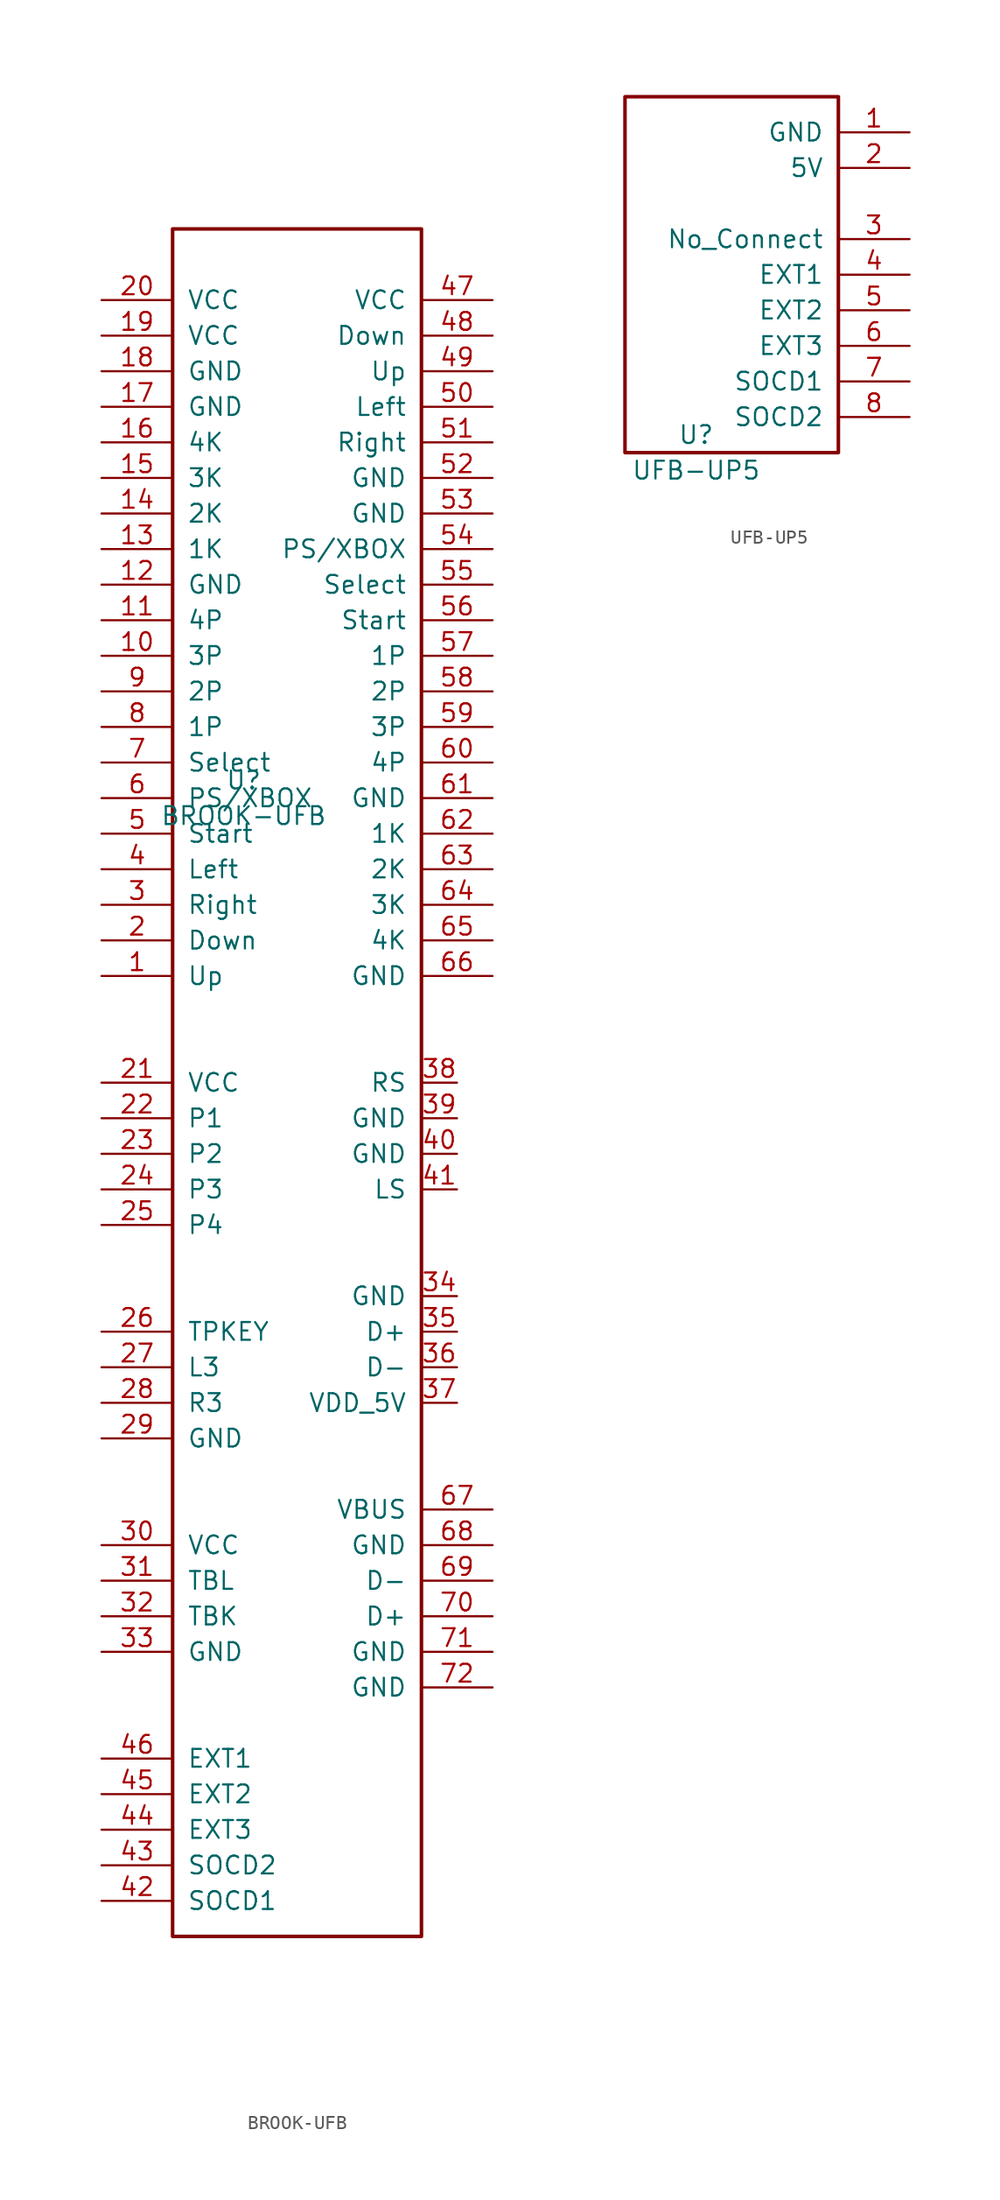
<source format=kicad_sym>
(kicad_symbol_lib
  (version 20211014)
  (generator kicad_symbol_editor)
  (symbol "BROOK-UFB"
    (pin_names
      (offset 1.016))
    (property "Reference" "U"
      (at 0 1.27 0)
      (effects (font (size 1.27 1.27))))
    (property "Value" "BROOK-UFB"
      (at 0 -1.27 0)
      (effects (font (size 1.27 1.27))))
    (symbol "BROOK-UFB_0_0"
      (rectangle (start -5.08 40.64) (end 12.7 -81.28) (stroke (width 0.254) (type default) (color 0 0 0 0)) (fill (type none))))
    (symbol "BROOK-UFB_1_0"
      (pin input line (at -10.16 -12.7 0) (length 5.08) (name "Up" (effects (font (size 1.27 1.27)))) (number "1" (effects (font (size 1.27 1.27)))))
      (pin input line (at -10.16 10.16 0) (length 5.08) (name "3P" (effects (font (size 1.27 1.27)))) (number "10" (effects (font (size 1.27 1.27)))))
      (pin input line (at -10.16 12.7 0) (length 5.08) (name "4P" (effects (font (size 1.27 1.27)))) (number "11" (effects (font (size 1.27 1.27)))))
      (pin input line (at -10.16 15.24 0) (length 5.08) (name "GND" (effects (font (size 1.27 1.27)))) (number "12" (effects (font (size 1.27 1.27)))))
      (pin input line (at -10.16 17.78 0) (length 5.08) (name "1K" (effects (font (size 1.27 1.27)))) (number "13" (effects (font (size 1.27 1.27)))))
      (pin input line (at -10.16 20.32 0) (length 5.08) (name "2K" (effects (font (size 1.27 1.27)))) (number "14" (effects (font (size 1.27 1.27)))))
      (pin input line (at -10.16 22.86 0) (length 5.08) (name "3K" (effects (font (size 1.27 1.27)))) (number "15" (effects (font (size 1.27 1.27)))))
      (pin input line (at -10.16 25.4 0) (length 5.08) (name "4K" (effects (font (size 1.27 1.27)))) (number "16" (effects (font (size 1.27 1.27)))))
      (pin input line (at -10.16 27.94 0) (length 5.08) (name "GND" (effects (font (size 1.27 1.27)))) (number "17" (effects (font (size 1.27 1.27)))))
      (pin input line (at -10.16 30.48 0) (length 5.08) (name "GND" (effects (font (size 1.27 1.27)))) (number "18" (effects (font (size 1.27 1.27)))))
      (pin input line (at -10.16 33.02 0) (length 5.08) (name "VCC" (effects (font (size 1.27 1.27)))) (number "19" (effects (font (size 1.27 1.27)))))
      (pin input line (at -10.16 -10.16 0) (length 5.08) (name "Down" (effects (font (size 1.27 1.27)))) (number "2" (effects (font (size 1.27 1.27)))))
      (pin input line (at -10.16 35.56 0) (length 5.08) (name "VCC" (effects (font (size 1.27 1.27)))) (number "20" (effects (font (size 1.27 1.27)))))
      (pin unspecified line (at -10.16 -20.32 0) (length 5.08) (name "VCC" (effects (font (size 1.27 1.27)))) (number "21" (effects (font (size 1.27 1.27)))))
      (pin unspecified line (at -10.16 -22.86 0) (length 5.08) (name "P1" (effects (font (size 1.27 1.27)))) (number "22" (effects (font (size 1.27 1.27)))))
      (pin unspecified line (at -10.16 -25.4 0) (length 5.08) (name "P2" (effects (font (size 1.27 1.27)))) (number "23" (effects (font (size 1.27 1.27)))))
      (pin unspecified line (at -10.16 -27.94 0) (length 5.08) (name "P3" (effects (font (size 1.27 1.27)))) (number "24" (effects (font (size 1.27 1.27)))))
      (pin unspecified line (at -10.16 -30.48 0) (length 5.08) (name "P4" (effects (font (size 1.27 1.27)))) (number "25" (effects (font (size 1.27 1.27)))))
      (pin unspecified line (at -10.16 -38.1 0) (length 5.08) (name "TPKEY" (effects (font (size 1.27 1.27)))) (number "26" (effects (font (size 1.27 1.27)))))
      (pin unspecified line (at -10.16 -40.64 0) (length 5.08) (name "L3" (effects (font (size 1.27 1.27)))) (number "27" (effects (font (size 1.27 1.27)))))
      (pin unspecified line (at -10.16 -43.18 0) (length 5.08) (name "R3" (effects (font (size 1.27 1.27)))) (number "28" (effects (font (size 1.27 1.27)))))
      (pin unspecified line (at -10.16 -45.72 0) (length 5.08) (name "GND" (effects (font (size 1.27 1.27)))) (number "29" (effects (font (size 1.27 1.27)))))
      (pin input line (at -10.16 -7.62 0) (length 5.08) (name "Right" (effects (font (size 1.27 1.27)))) (number "3" (effects (font (size 1.27 1.27)))))
      (pin unspecified line (at -10.16 -53.34 0) (length 5.08) (name "VCC" (effects (font (size 1.27 1.27)))) (number "30" (effects (font (size 1.27 1.27)))))
      (pin unspecified line (at -10.16 -55.88 0) (length 5.08) (name "TBL" (effects (font (size 1.27 1.27)))) (number "31" (effects (font (size 1.27 1.27)))))
      (pin unspecified line (at -10.16 -58.42 0) (length 5.08) (name "TBK" (effects (font (size 1.27 1.27)))) (number "32" (effects (font (size 1.27 1.27)))))
      (pin unspecified line (at -10.16 -60.96 0) (length 5.08) (name "GND" (effects (font (size 1.27 1.27)))) (number "33" (effects (font (size 1.27 1.27)))))
      (pin unspecified line (at 15.24 -35.56 180) (length 2.54) (name "GND" (effects (font (size 1.27 1.27)))) (number "34" (effects (font (size 1.27 1.27)))))
      (pin unspecified line (at 15.24 -38.1 180) (length 2.54) (name "D+" (effects (font (size 1.27 1.27)))) (number "35" (effects (font (size 1.27 1.27)))))
      (pin unspecified line (at 15.24 -40.64 180) (length 2.54) (name "D-" (effects (font (size 1.27 1.27)))) (number "36" (effects (font (size 1.27 1.27)))))
      (pin unspecified line (at 15.24 -43.18 180) (length 2.54) (name "VDD_5V" (effects (font (size 1.27 1.27)))) (number "37" (effects (font (size 1.27 1.27)))))
      (pin unspecified line (at 15.24 -20.32 180) (length 2.54) (name "RS" (effects (font (size 1.27 1.27)))) (number "38" (effects (font (size 1.27 1.27)))))
      (pin unspecified line (at 15.24 -22.86 180) (length 2.54) (name "GND" (effects (font (size 1.27 1.27)))) (number "39" (effects (font (size 1.27 1.27)))))
      (pin input line (at -10.16 -5.08 0) (length 5.08) (name "Left" (effects (font (size 1.27 1.27)))) (number "4" (effects (font (size 1.27 1.27)))))
      (pin unspecified line (at 15.24 -25.4 180) (length 2.54) (name "GND" (effects (font (size 1.27 1.27)))) (number "40" (effects (font (size 1.27 1.27)))))
      (pin unspecified line (at 15.24 -27.94 180) (length 2.54) (name "LS" (effects (font (size 1.27 1.27)))) (number "41" (effects (font (size 1.27 1.27)))))
      (pin unspecified line (at -10.16 -78.74 0) (length 5.08) (name "SOCD1" (effects (font (size 1.27 1.27)))) (number "42" (effects (font (size 1.27 1.27)))))
      (pin unspecified line (at -10.16 -76.2 0) (length 5.08) (name "SOCD2" (effects (font (size 1.27 1.27)))) (number "43" (effects (font (size 1.27 1.27)))))
      (pin unspecified line (at -10.16 -73.66 0) (length 5.08) (name "EXT3" (effects (font (size 1.27 1.27)))) (number "44" (effects (font (size 1.27 1.27)))))
      (pin unspecified line (at -10.16 -71.12 0) (length 5.08) (name "EXT2" (effects (font (size 1.27 1.27)))) (number "45" (effects (font (size 1.27 1.27)))))
      (pin unspecified line (at -10.16 -68.58 0) (length 5.08) (name "EXT1" (effects (font (size 1.27 1.27)))) (number "46" (effects (font (size 1.27 1.27)))))
      (pin unspecified line (at 17.78 35.56 180) (length 5.08) (name "VCC" (effects (font (size 1.27 1.27)))) (number "47" (effects (font (size 1.27 1.27)))))
      (pin unspecified line (at 17.78 33.02 180) (length 5.08) (name "Down" (effects (font (size 1.27 1.27)))) (number "48" (effects (font (size 1.27 1.27)))))
      (pin unspecified line (at 17.78 30.48 180) (length 5.08) (name "Up" (effects (font (size 1.27 1.27)))) (number "49" (effects (font (size 1.27 1.27)))))
      (pin input line (at -10.16 -2.54 0) (length 5.08) (name "Start" (effects (font (size 1.27 1.27)))) (number "5" (effects (font (size 1.27 1.27)))))
      (pin unspecified line (at 17.78 27.94 180) (length 5.08) (name "Left" (effects (font (size 1.27 1.27)))) (number "50" (effects (font (size 1.27 1.27)))))
      (pin unspecified line (at 17.78 25.4 180) (length 5.08) (name "Right" (effects (font (size 1.27 1.27)))) (number "51" (effects (font (size 1.27 1.27)))))
      (pin unspecified line (at 17.78 22.86 180) (length 5.08) (name "GND" (effects (font (size 1.27 1.27)))) (number "52" (effects (font (size 1.27 1.27)))))
      (pin unspecified line (at 17.78 20.32 180) (length 5.08) (name "GND" (effects (font (size 1.27 1.27)))) (number "53" (effects (font (size 1.27 1.27)))))
      (pin unspecified line (at 17.78 17.78 180) (length 5.08) (name "PS/XBOX" (effects (font (size 1.27 1.27)))) (number "54" (effects (font (size 1.27 1.27)))))
      (pin unspecified line (at 17.78 15.24 180) (length 5.08) (name "Select" (effects (font (size 1.27 1.27)))) (number "55" (effects (font (size 1.27 1.27)))))
      (pin unspecified line (at 17.78 12.7 180) (length 5.08) (name "Start" (effects (font (size 1.27 1.27)))) (number "56" (effects (font (size 1.27 1.27)))))
      (pin unspecified line (at 17.78 10.16 180) (length 5.08) (name "1P" (effects (font (size 1.27 1.27)))) (number "57" (effects (font (size 1.27 1.27)))))
      (pin unspecified line (at 17.78 7.62 180) (length 5.08) (name "2P" (effects (font (size 1.27 1.27)))) (number "58" (effects (font (size 1.27 1.27)))))
      (pin unspecified line (at 17.78 5.08 180) (length 5.08) (name "3P" (effects (font (size 1.27 1.27)))) (number "59" (effects (font (size 1.27 1.27)))))
      (pin input line (at -10.16 0 0) (length 5.08) (name "PS/XBOX" (effects (font (size 1.27 1.27)))) (number "6" (effects (font (size 1.27 1.27)))))
      (pin unspecified line (at 17.78 2.54 180) (length 5.08) (name "4P" (effects (font (size 1.27 1.27)))) (number "60" (effects (font (size 1.27 1.27)))))
      (pin unspecified line (at 17.78 0 180) (length 5.08) (name "GND" (effects (font (size 1.27 1.27)))) (number "61" (effects (font (size 1.27 1.27)))))
      (pin unspecified line (at 17.78 -2.54 180) (length 5.08) (name "1K" (effects (font (size 1.27 1.27)))) (number "62" (effects (font (size 1.27 1.27)))))
      (pin unspecified line (at 17.78 -5.08 180) (length 5.08) (name "2K" (effects (font (size 1.27 1.27)))) (number "63" (effects (font (size 1.27 1.27)))))
      (pin unspecified line (at 17.78 -7.62 180) (length 5.08) (name "3K" (effects (font (size 1.27 1.27)))) (number "64" (effects (font (size 1.27 1.27)))))
      (pin unspecified line (at 17.78 -10.16 180) (length 5.08) (name "4K" (effects (font (size 1.27 1.27)))) (number "65" (effects (font (size 1.27 1.27)))))
      (pin unspecified line (at 17.78 -12.7 180) (length 5.08) (name "GND" (effects (font (size 1.27 1.27)))) (number "66" (effects (font (size 1.27 1.27)))))
      (pin unspecified line (at 17.78 -50.8 180) (length 5.08) (name "VBUS" (effects (font (size 1.27 1.27)))) (number "67" (effects (font (size 1.27 1.27)))))
      (pin unspecified line (at 17.78 -53.34 180) (length 5.08) (name "GND" (effects (font (size 1.27 1.27)))) (number "68" (effects (font (size 1.27 1.27)))))
      (pin unspecified line (at 17.78 -55.88 180) (length 5.08) (name "D-" (effects (font (size 1.27 1.27)))) (number "69" (effects (font (size 1.27 1.27)))))
      (pin input line (at -10.16 2.54 0) (length 5.08) (name "Select" (effects (font (size 1.27 1.27)))) (number "7" (effects (font (size 1.27 1.27)))))
      (pin unspecified line (at 17.78 -58.42 180) (length 5.08) (name "D+" (effects (font (size 1.27 1.27)))) (number "70" (effects (font (size 1.27 1.27)))))
      (pin unspecified line (at 17.78 -60.96 180) (length 5.08) (name "GND" (effects (font (size 1.27 1.27)))) (number "71" (effects (font (size 1.27 1.27)))))
      (pin unspecified line (at 17.78 -63.5 180) (length 5.08) (name "GND" (effects (font (size 1.27 1.27)))) (number "72" (effects (font (size 1.27 1.27)))))
      (pin input line (at -10.16 5.08 0) (length 5.08) (name "1P" (effects (font (size 1.27 1.27)))) (number "8" (effects (font (size 1.27 1.27)))))
      (pin input line (at -10.16 7.62 0) (length 5.08) (name "2P" (effects (font (size 1.27 1.27)))) (number "9" (effects (font (size 1.27 1.27)))))))
  (symbol "UFB-UP5"
    (pin_names
      (offset 1.016))
    (property "Reference" "U"
      (at 0 1.27 0)
      (effects (font (size 1.27 1.27))))
    (property "Value" "UFB-UP5"
      (at 0 -1.27 0)
      (effects (font (size 1.27 1.27))))
    (symbol "UFB-UP5_0_0"
      (rectangle (start -5.08 25.4) (end 10.16 0) (stroke (width 0.254) (type default) (color 0 0 0 0)) (fill (type none))))
    (symbol "UFB-UP5_1_0"
      (pin unspecified line (at 15.24 22.86 180) (length 5.08) (name "GND" (effects (font (size 1.27 1.27)))) (number "1" (effects (font (size 1.27 1.27)))))
      (pin unspecified line (at 15.24 20.32 180) (length 5.08) (name "5V" (effects (font (size 1.27 1.27)))) (number "2" (effects (font (size 1.27 1.27)))))
      (pin unspecified line (at 15.24 15.24 180) (length 5.08) (name "No_Connect" (effects (font (size 1.27 1.27)))) (number "3" (effects (font (size 1.27 1.27)))))
      (pin unspecified line (at 15.24 12.7 180) (length 5.08) (name "EXT1" (effects (font (size 1.27 1.27)))) (number "4" (effects (font (size 1.27 1.27)))))
      (pin unspecified line (at 15.24 10.16 180) (length 5.08) (name "EXT2" (effects (font (size 1.27 1.27)))) (number "5" (effects (font (size 1.27 1.27)))))
      (pin unspecified line (at 15.24 7.62 180) (length 5.08) (name "EXT3" (effects (font (size 1.27 1.27)))) (number "6" (effects (font (size 1.27 1.27)))))
      (pin unspecified line (at 15.24 5.08 180) (length 5.08) (name "SOCD1" (effects (font (size 1.27 1.27)))) (number "7" (effects (font (size 1.27 1.27)))))
      (pin unspecified line (at 15.24 2.54 180) (length 5.08) (name "SOCD2" (effects (font (size 1.27 1.27)))) (number "8" (effects (font (size 1.27 1.27))))))))
</source>
